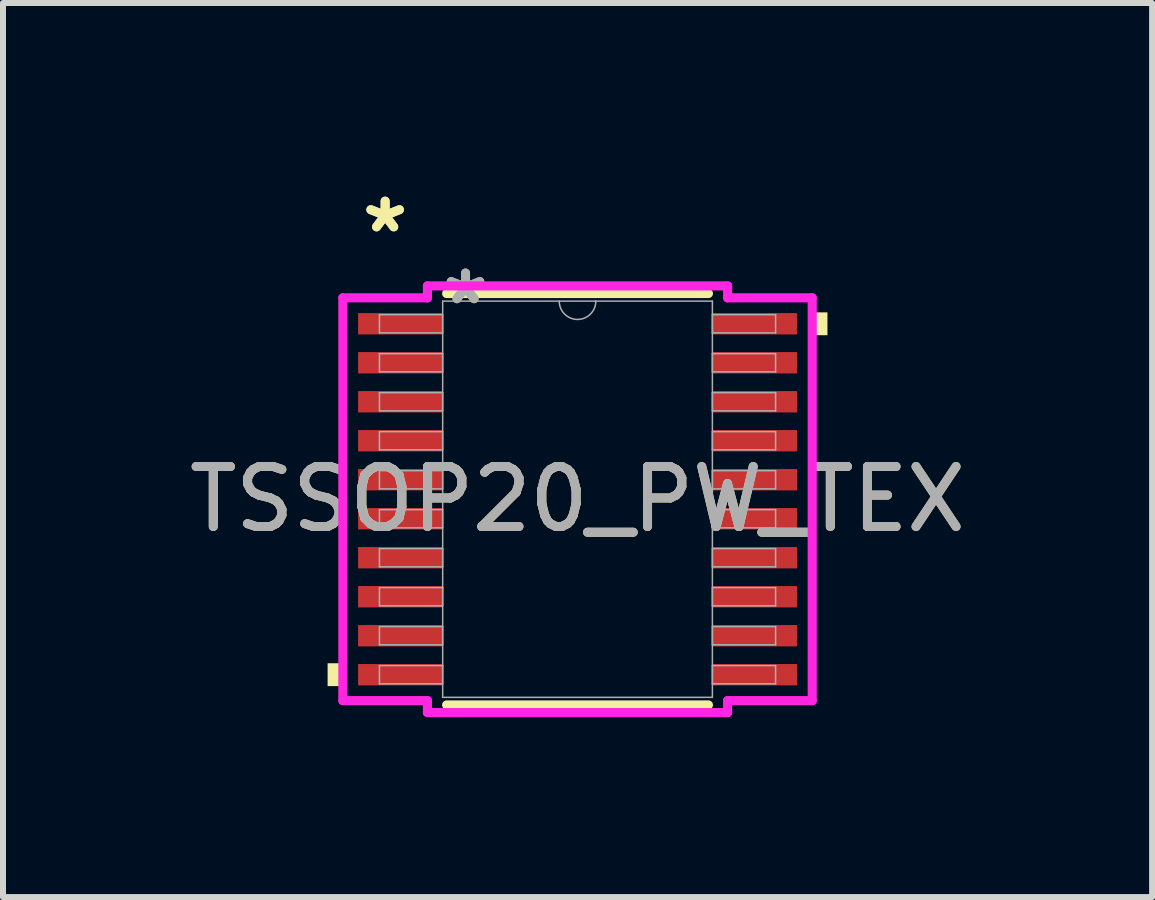
<source format=kicad_pcb>
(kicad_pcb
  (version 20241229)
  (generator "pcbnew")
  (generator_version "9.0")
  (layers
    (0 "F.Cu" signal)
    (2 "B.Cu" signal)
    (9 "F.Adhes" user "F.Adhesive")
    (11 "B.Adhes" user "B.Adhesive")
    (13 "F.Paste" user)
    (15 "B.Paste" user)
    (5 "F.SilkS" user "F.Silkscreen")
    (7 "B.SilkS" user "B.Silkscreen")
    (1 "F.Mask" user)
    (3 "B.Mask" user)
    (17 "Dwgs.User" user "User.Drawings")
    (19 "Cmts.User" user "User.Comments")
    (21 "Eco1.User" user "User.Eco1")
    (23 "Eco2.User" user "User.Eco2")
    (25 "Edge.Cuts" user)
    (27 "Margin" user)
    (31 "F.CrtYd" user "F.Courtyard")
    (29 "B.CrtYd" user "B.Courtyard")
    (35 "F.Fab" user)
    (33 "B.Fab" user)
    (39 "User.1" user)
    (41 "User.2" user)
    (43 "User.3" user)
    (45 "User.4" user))
  (footprint "TSSOP20_PW_TEX"
    (layer "F.Cu")
    (at 6.577 5.272)
    (property "Reference" "TSSOP20_PW_TEX" (at 0 0 0) (unlocked yes) (layer "F.SilkS") (effects (font (size 1 1) (thickness 0.15))))
    (attr smd)
    (fp_line (start -2.182 3.429) (end 2.182 3.429) (stroke (width 0.152) (type solid)) (layer "F.SilkS"))
    (fp_line (start 2.182 -3.429) (end -2.182 -3.429) (stroke (width 0.152) (type solid)) (layer "F.SilkS"))
    (fp_poly (pts (xy -4.166 2.734) (xy -4.166 3.115) (xy -3.912 3.115) (xy -3.912 2.734)) (stroke (width 0) (type solid)) (fill yes) (layer "F.SilkS"))
    (fp_poly (pts (xy 4.166 -3.115) (xy 4.166 -2.734) (xy 3.912 -2.734) (xy 3.912 -3.115)) (stroke (width 0) (type solid)) (fill yes) (layer "F.SilkS"))
    (fp_line (start -3.912 -3.357) (end -2.502 -3.357) (stroke (width 0.152) (type solid)) (layer "F.CrtYd"))
    (fp_line (start -3.912 3.357) (end -3.912 -3.357) (stroke (width 0.152) (type solid)) (layer "F.CrtYd"))
    (fp_line (start -3.912 3.357) (end -2.502 3.357) (stroke (width 0.152) (type solid)) (layer "F.CrtYd"))
    (fp_line (start -2.502 -3.556) (end 2.502 -3.556) (stroke (width 0.152) (type solid)) (layer "F.CrtYd"))
    (fp_line (start -2.502 -3.357) (end -2.502 -3.556) (stroke (width 0.152) (type solid)) (layer "F.CrtYd"))
    (fp_line (start -2.502 3.556) (end -2.502 3.357) (stroke (width 0.152) (type solid)) (layer "F.CrtYd"))
    (fp_line (start 2.502 -3.556) (end 2.502 -3.357) (stroke (width 0.152) (type solid)) (layer "F.CrtYd"))
    (fp_line (start 2.502 3.357) (end 2.502 3.556) (stroke (width 0.152) (type solid)) (layer "F.CrtYd"))
    (fp_line (start 2.502 3.556) (end -2.502 3.556) (stroke (width 0.152) (type solid)) (layer "F.CrtYd"))
    (fp_line (start 3.912 -3.357) (end 2.502 -3.357) (stroke (width 0.152) (type solid)) (layer "F.CrtYd"))
    (fp_line (start 3.912 -3.357) (end 3.912 3.357) (stroke (width 0.152) (type solid)) (layer "F.CrtYd"))
    (fp_line (start 3.912 3.357) (end 2.502 3.357) (stroke (width 0.152) (type solid)) (layer "F.CrtYd"))
    (fp_line (start -3.302 -3.077) (end -3.302 -2.773) (stroke (width 0.025) (type solid)) (layer "F.Fab"))
    (fp_line (start -3.302 -2.773) (end -2.248 -2.773) (stroke (width 0.025) (type solid)) (layer "F.Fab"))
    (fp_line (start -3.302 -2.427) (end -3.302 -2.123) (stroke (width 0.025) (type solid)) (layer "F.Fab"))
    (fp_line (start -3.302 -2.123) (end -2.248 -2.123) (stroke (width 0.025) (type solid)) (layer "F.Fab"))
    (fp_line (start -3.302 -1.777) (end -3.302 -1.473) (stroke (width 0.025) (type solid)) (layer "F.Fab"))
    (fp_line (start -3.302 -1.473) (end -2.248 -1.473) (stroke (width 0.025) (type solid)) (layer "F.Fab"))
    (fp_line (start -3.302 -1.127) (end -3.302 -0.823) (stroke (width 0.025) (type solid)) (layer "F.Fab"))
    (fp_line (start -3.302 -0.823) (end -2.248 -0.823) (stroke (width 0.025) (type solid)) (layer "F.Fab"))
    (fp_line (start -3.302 -0.477) (end -3.302 -0.173) (stroke (width 0.025) (type solid)) (layer "F.Fab"))
    (fp_line (start -3.302 -0.173) (end -2.248 -0.173) (stroke (width 0.025) (type solid)) (layer "F.Fab"))
    (fp_line (start -3.302 0.173) (end -3.302 0.477) (stroke (width 0.025) (type solid)) (layer "F.Fab"))
    (fp_line (start -3.302 0.477) (end -2.248 0.477) (stroke (width 0.025) (type solid)) (layer "F.Fab"))
    (fp_line (start -3.302 0.823) (end -3.302 1.127) (stroke (width 0.025) (type solid)) (layer "F.Fab"))
    (fp_line (start -3.302 1.127) (end -2.248 1.127) (stroke (width 0.025) (type solid)) (layer "F.Fab"))
    (fp_line (start -3.302 1.473) (end -3.302 1.777) (stroke (width 0.025) (type solid)) (layer "F.Fab"))
    (fp_line (start -3.302 1.777) (end -2.248 1.777) (stroke (width 0.025) (type solid)) (layer "F.Fab"))
    (fp_line (start -3.302 2.123) (end -3.302 2.427) (stroke (width 0.025) (type solid)) (layer "F.Fab"))
    (fp_line (start -3.302 2.427) (end -2.248 2.427) (stroke (width 0.025) (type solid)) (layer "F.Fab"))
    (fp_line (start -3.302 2.773) (end -3.302 3.077) (stroke (width 0.025) (type solid)) (layer "F.Fab"))
    (fp_line (start -3.302 3.077) (end -2.248 3.077) (stroke (width 0.025) (type solid)) (layer "F.Fab"))
    (fp_line (start -2.248 -3.302) (end -2.248 3.302) (stroke (width 0.025) (type solid)) (layer "F.Fab"))
    (fp_line (start -2.248 -3.077) (end -3.302 -3.077) (stroke (width 0.025) (type solid)) (layer "F.Fab"))
    (fp_line (start -2.248 -2.773) (end -2.248 -3.077) (stroke (width 0.025) (type solid)) (layer "F.Fab"))
    (fp_line (start -2.248 -2.427) (end -3.302 -2.427) (stroke (width 0.025) (type solid)) (layer "F.Fab"))
    (fp_line (start -2.248 -2.123) (end -2.248 -2.427) (stroke (width 0.025) (type solid)) (layer "F.Fab"))
    (fp_line (start -2.248 -1.777) (end -3.302 -1.777) (stroke (width 0.025) (type solid)) (layer "F.Fab"))
    (fp_line (start -2.248 -1.473) (end -2.248 -1.777) (stroke (width 0.025) (type solid)) (layer "F.Fab"))
    (fp_line (start -2.248 -1.127) (end -3.302 -1.127) (stroke (width 0.025) (type solid)) (layer "F.Fab"))
    (fp_line (start -2.248 -0.823) (end -2.248 -1.127) (stroke (width 0.025) (type solid)) (layer "F.Fab"))
    (fp_line (start -2.248 -0.477) (end -3.302 -0.477) (stroke (width 0.025) (type solid)) (layer "F.Fab"))
    (fp_line (start -2.248 -0.173) (end -2.248 -0.477) (stroke (width 0.025) (type solid)) (layer "F.Fab"))
    (fp_line (start -2.248 0.173) (end -3.302 0.173) (stroke (width 0.025) (type solid)) (layer "F.Fab"))
    (fp_line (start -2.248 0.477) (end -2.248 0.173) (stroke (width 0.025) (type solid)) (layer "F.Fab"))
    (fp_line (start -2.248 0.823) (end -3.302 0.823) (stroke (width 0.025) (type solid)) (layer "F.Fab"))
    (fp_line (start -2.248 1.127) (end -2.248 0.823) (stroke (width 0.025) (type solid)) (layer "F.Fab"))
    (fp_line (start -2.248 1.473) (end -3.302 1.473) (stroke (width 0.025) (type solid)) (layer "F.Fab"))
    (fp_line (start -2.248 1.777) (end -2.248 1.473) (stroke (width 0.025) (type solid)) (layer "F.Fab"))
    (fp_line (start -2.248 2.123) (end -3.302 2.123) (stroke (width 0.025) (type solid)) (layer "F.Fab"))
    (fp_line (start -2.248 2.427) (end -2.248 2.123) (stroke (width 0.025) (type solid)) (layer "F.Fab"))
    (fp_line (start -2.248 2.773) (end -3.302 2.773) (stroke (width 0.025) (type solid)) (layer "F.Fab"))
    (fp_line (start -2.248 3.077) (end -2.248 2.773) (stroke (width 0.025) (type solid)) (layer "F.Fab"))
    (fp_line (start -2.248 3.302) (end 2.248 3.302) (stroke (width 0.025) (type solid)) (layer "F.Fab"))
    (fp_line (start 2.248 -3.302) (end -2.248 -3.302) (stroke (width 0.025) (type solid)) (layer "F.Fab"))
    (fp_line (start 2.248 -3.077) (end 2.248 -2.773) (stroke (width 0.025) (type solid)) (layer "F.Fab"))
    (fp_line (start 2.248 -2.773) (end 3.302 -2.773) (stroke (width 0.025) (type solid)) (layer "F.Fab"))
    (fp_line (start 2.248 -2.427) (end 2.248 -2.123) (stroke (width 0.025) (type solid)) (layer "F.Fab"))
    (fp_line (start 2.248 -2.123) (end 3.302 -2.123) (stroke (width 0.025) (type solid)) (layer "F.Fab"))
    (fp_line (start 2.248 -1.777) (end 2.248 -1.473) (stroke (width 0.025) (type solid)) (layer "F.Fab"))
    (fp_line (start 2.248 -1.473) (end 3.302 -1.473) (stroke (width 0.025) (type solid)) (layer "F.Fab"))
    (fp_line (start 2.248 -1.127) (end 2.248 -0.823) (stroke (width 0.025) (type solid)) (layer "F.Fab"))
    (fp_line (start 2.248 -0.823) (end 3.302 -0.823) (stroke (width 0.025) (type solid)) (layer "F.Fab"))
    (fp_line (start 2.248 -0.477) (end 2.248 -0.173) (stroke (width 0.025) (type solid)) (layer "F.Fab"))
    (fp_line (start 2.248 -0.173) (end 3.302 -0.173) (stroke (width 0.025) (type solid)) (layer "F.Fab"))
    (fp_line (start 2.248 0.173) (end 2.248 0.477) (stroke (width 0.025) (type solid)) (layer "F.Fab"))
    (fp_line (start 2.248 0.477) (end 3.302 0.477) (stroke (width 0.025) (type solid)) (layer "F.Fab"))
    (fp_line (start 2.248 0.823) (end 2.248 1.127) (stroke (width 0.025) (type solid)) (layer "F.Fab"))
    (fp_line (start 2.248 1.127) (end 3.302 1.127) (stroke (width 0.025) (type solid)) (layer "F.Fab"))
    (fp_line (start 2.248 1.473) (end 2.248 1.777) (stroke (width 0.025) (type solid)) (layer "F.Fab"))
    (fp_line (start 2.248 1.777) (end 3.302 1.777) (stroke (width 0.025) (type solid)) (layer "F.Fab"))
    (fp_line (start 2.248 2.123) (end 2.248 2.427) (stroke (width 0.025) (type solid)) (layer "F.Fab"))
    (fp_line (start 2.248 2.427) (end 3.302 2.427) (stroke (width 0.025) (type solid)) (layer "F.Fab"))
    (fp_line (start 2.248 2.773) (end 2.248 3.077) (stroke (width 0.025) (type solid)) (layer "F.Fab"))
    (fp_line (start 2.248 3.077) (end 3.302 3.077) (stroke (width 0.025) (type solid)) (layer "F.Fab"))
    (fp_line (start 2.248 3.302) (end 2.248 -3.302) (stroke (width 0.025) (type solid)) (layer "F.Fab"))
    (fp_line (start 3.302 -3.077) (end 2.248 -3.077) (stroke (width 0.025) (type solid)) (layer "F.Fab"))
    (fp_line (start 3.302 -2.773) (end 3.302 -3.077) (stroke (width 0.025) (type solid)) (layer "F.Fab"))
    (fp_line (start 3.302 -2.427) (end 2.248 -2.427) (stroke (width 0.025) (type solid)) (layer "F.Fab"))
    (fp_line (start 3.302 -2.123) (end 3.302 -2.427) (stroke (width 0.025) (type solid)) (layer "F.Fab"))
    (fp_line (start 3.302 -1.777) (end 2.248 -1.777) (stroke (width 0.025) (type solid)) (layer "F.Fab"))
    (fp_line (start 3.302 -1.473) (end 3.302 -1.777) (stroke (width 0.025) (type solid)) (layer "F.Fab"))
    (fp_line (start 3.302 -1.127) (end 2.248 -1.127) (stroke (width 0.025) (type solid)) (layer "F.Fab"))
    (fp_line (start 3.302 -0.823) (end 3.302 -1.127) (stroke (width 0.025) (type solid)) (layer "F.Fab"))
    (fp_line (start 3.302 -0.477) (end 2.248 -0.477) (stroke (width 0.025) (type solid)) (layer "F.Fab"))
    (fp_line (start 3.302 -0.173) (end 3.302 -0.477) (stroke (width 0.025) (type solid)) (layer "F.Fab"))
    (fp_line (start 3.302 0.173) (end 2.248 0.173) (stroke (width 0.025) (type solid)) (layer "F.Fab"))
    (fp_line (start 3.302 0.477) (end 3.302 0.173) (stroke (width 0.025) (type solid)) (layer "F.Fab"))
    (fp_line (start 3.302 0.823) (end 2.248 0.823) (stroke (width 0.025) (type solid)) (layer "F.Fab"))
    (fp_line (start 3.302 1.127) (end 3.302 0.823) (stroke (width 0.025) (type solid)) (layer "F.Fab"))
    (fp_line (start 3.302 1.473) (end 2.248 1.473) (stroke (width 0.025) (type solid)) (layer "F.Fab"))
    (fp_line (start 3.302 1.777) (end 3.302 1.473) (stroke (width 0.025) (type solid)) (layer "F.Fab"))
    (fp_line (start 3.302 2.123) (end 2.248 2.123) (stroke (width 0.025) (type solid)) (layer "F.Fab"))
    (fp_line (start 3.302 2.427) (end 3.302 2.123) (stroke (width 0.025) (type solid)) (layer "F.Fab"))
    (fp_line (start 3.302 2.773) (end 2.248 2.773) (stroke (width 0.025) (type solid)) (layer "F.Fab"))
    (fp_line (start 3.302 3.077) (end 3.302 2.773) (stroke (width 0.025) (type solid)) (layer "F.Fab"))
    (fp_arc (start 0.3048 -3.302) (mid 0 -2.9972) (end -0.3048 -3.302) (stroke (width 0.0254) (type solid)) (layer "F.Fab"))
    (fp_text user "*" (at -3.207 -4.424 0) (unlocked yes) (layer "F.SilkS") (effects (font (size 1 1) (thickness 0.15))))
    (fp_text user "*" (at -3.207 -4.424 0) (layer "F.SilkS") (effects (font (size 1 1) (thickness 0.15))))
    (fp_text user "${REFERENCE}" (at 0 0 0) (unlocked yes) (layer "F.Fab") (effects (font (size 1 1) (thickness 0.15))))
    (fp_text user "*" (at -1.867 -3.226 0) (layer "F.Fab") (effects (font (size 1 1) (thickness 0.15))))
    (fp_text user "*" (at -1.867 -3.226 0) (unlocked yes) (layer "F.Fab") (effects (font (size 1 1) (thickness 0.15))))
    (pad "1" smd rect (at -2.953 -2.925) (size 1.41 0.356) (layers "F.Cu" "F.Mask" "F.Paste"))
    (pad "2" smd rect (at -2.953 -2.275) (size 1.41 0.356) (layers "F.Cu" "F.Mask" "F.Paste"))
    (pad "3" smd rect (at -2.953 -1.625) (size 1.41 0.356) (layers "F.Cu" "F.Mask" "F.Paste"))
    (pad "4" smd rect (at -2.953 -0.975) (size 1.41 0.356) (layers "F.Cu" "F.Mask" "F.Paste"))
    (pad "5" smd rect (at -2.953 -0.325) (size 1.41 0.356) (layers "F.Cu" "F.Mask" "F.Paste"))
    (pad "6" smd rect (at -2.953 0.325) (size 1.41 0.356) (layers "F.Cu" "F.Mask" "F.Paste"))
    (pad "7" smd rect (at -2.953 0.975) (size 1.41 0.356) (layers "F.Cu" "F.Mask" "F.Paste"))
    (pad "8" smd rect (at -2.953 1.625) (size 1.41 0.356) (layers "F.Cu" "F.Mask" "F.Paste"))
    (pad "9" smd rect (at -2.953 2.275) (size 1.41 0.356) (layers "F.Cu" "F.Mask" "F.Paste"))
    (pad "10" smd rect (at -2.953 2.925) (size 1.41 0.356) (layers "F.Cu" "F.Mask" "F.Paste"))
    (pad "11" smd rect (at 2.953 2.925) (size 1.41 0.356) (layers "F.Cu" "F.Mask" "F.Paste"))
    (pad "12" smd rect (at 2.953 2.275) (size 1.41 0.356) (layers "F.Cu" "F.Mask" "F.Paste"))
    (pad "13" smd rect (at 2.953 1.625) (size 1.41 0.356) (layers "F.Cu" "F.Mask" "F.Paste"))
    (pad "14" smd rect (at 2.953 0.975) (size 1.41 0.356) (layers "F.Cu" "F.Mask" "F.Paste"))
    (pad "15" smd rect (at 2.953 0.325) (size 1.41 0.356) (layers "F.Cu" "F.Mask" "F.Paste"))
    (pad "16" smd rect (at 2.953 -0.325) (size 1.41 0.356) (layers "F.Cu" "F.Mask" "F.Paste"))
    (pad "17" smd rect (at 2.953 -0.975) (size 1.41 0.356) (layers "F.Cu" "F.Mask" "F.Paste"))
    (pad "18" smd rect (at 2.953 -1.625) (size 1.41 0.356) (layers "F.Cu" "F.Mask" "F.Paste"))
    (pad "19" smd rect (at 2.953 -2.275) (size 1.41 0.356) (layers "F.Cu" "F.Mask" "F.Paste"))
    (pad "20" smd rect (at 2.953 -2.925) (size 1.41 0.356) (layers "F.Cu" "F.Mask" "F.Paste")))
  (gr_rect
    (start -3 -3)
    (end 16.155 11.904)
    (stroke (width 0.1) (type default))
    (fill no)
    (layer "Edge.Cuts")))
</source>
